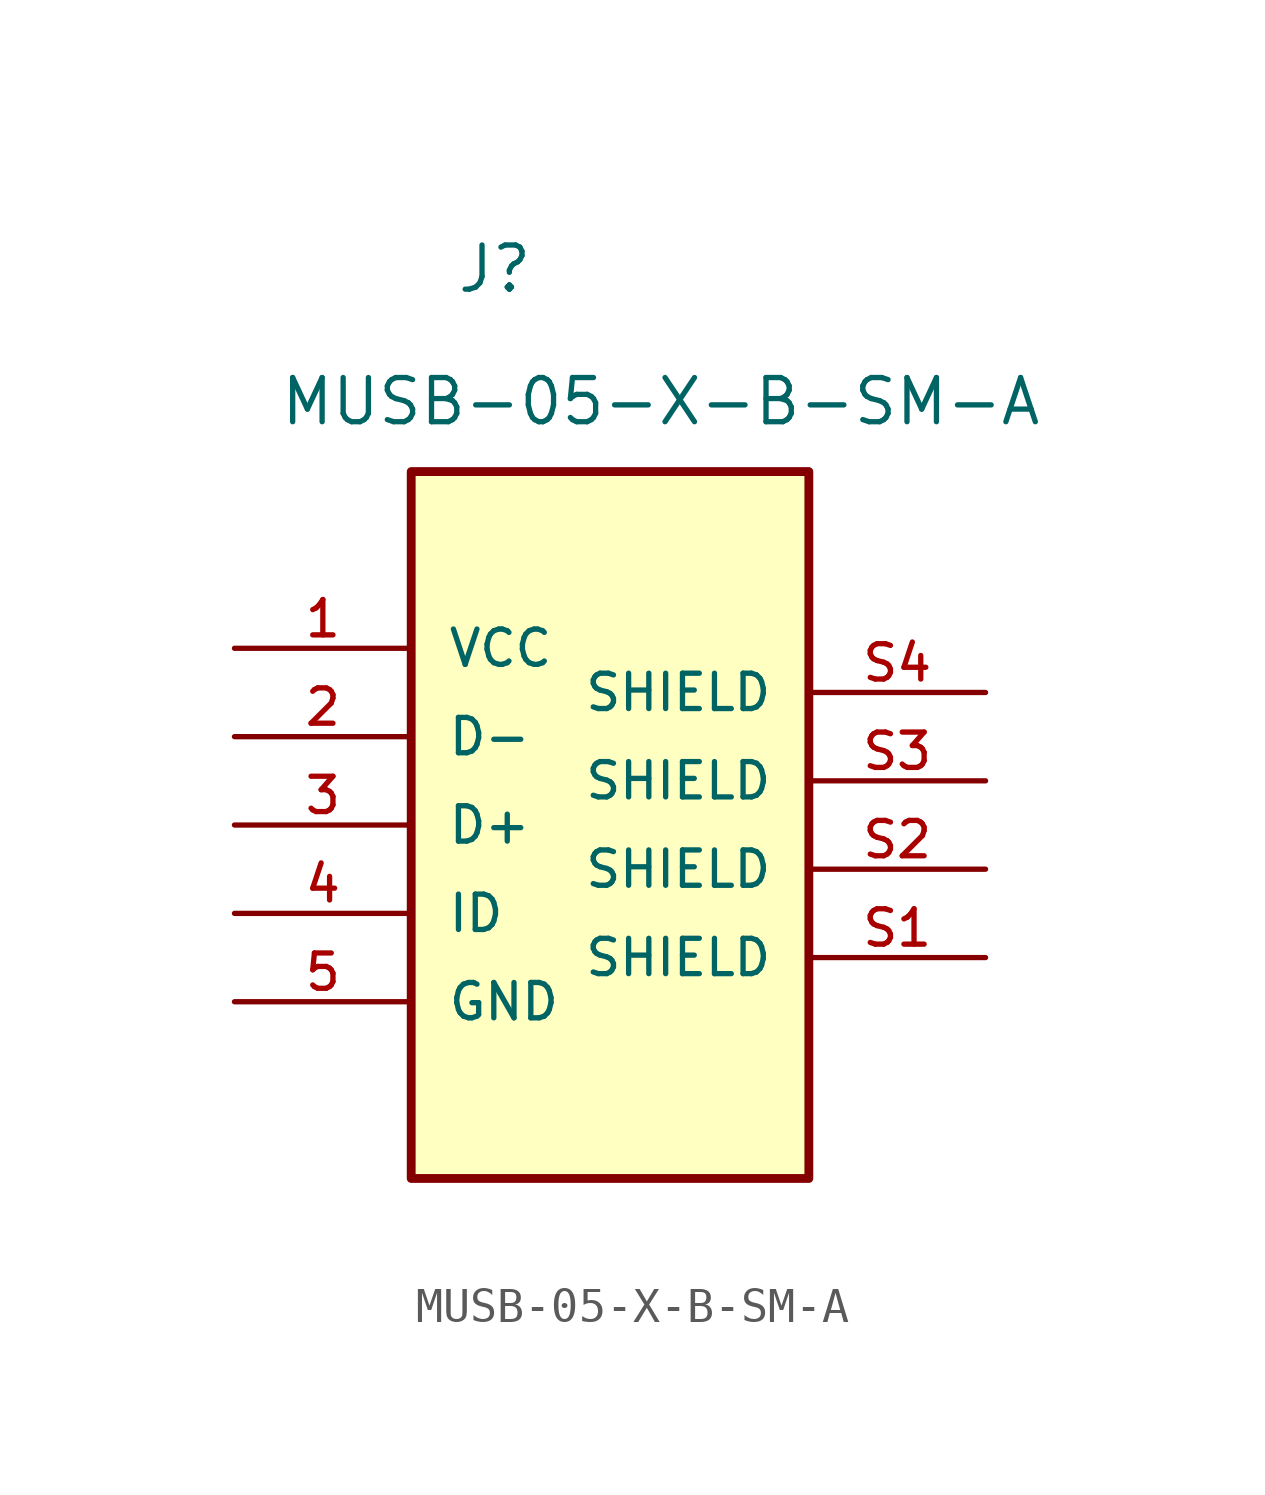
<source format=kicad_sym>
(kicad_symbol_lib
  (version 20220914)
  (generator kicad_symbol_editor)
  (symbol "MUSB-05-X-B-SM-A"
    (pin_names
      (offset 1.016))
    (property "Reference" "J"
      (at -3.81 15.24 0)
      (effects (font (size 1.27 1.27)) (justify left bottom)))
    (property "Value" "MUSB-05-X-B-SM-A"
      (at -8.89 11.43 0)
      (effects (font (size 1.27 1.27)) (justify left bottom)))
    (symbol "MUSB-05-X-B-SM-A_0_0"
      (rectangle (start -5.08 10.16) (end 6.35 -10.16) (stroke (width 0.254) (type default)) (fill (type background)))
      (pin power_in line (at -10.16 5.08 0) (length 5.08) (name "VCC" (effects (font (size 1.016 1.016)))) (number "1" (effects (font (size 1.016 1.016)))))
      (pin bidirectional line (at -10.16 2.54 0) (length 5.08) (name "D-" (effects (font (size 1.016 1.016)))) (number "2" (effects (font (size 1.016 1.016)))))
      (pin bidirectional line (at -10.16 0 0) (length 5.08) (name "D+" (effects (font (size 1.016 1.016)))) (number "3" (effects (font (size 1.016 1.016)))))
      (pin bidirectional line (at -10.16 -2.54 0) (length 5.08) (name "ID" (effects (font (size 1.016 1.016)))) (number "4" (effects (font (size 1.016 1.016)))))
      (pin power_in line (at -10.16 -5.08 0) (length 5.08) (name "GND" (effects (font (size 1.016 1.016)))) (number "5" (effects (font (size 1.016 1.016)))))
      (pin passive line (at 11.43 -3.81 180) (length 5.08) (name "SHIELD" (effects (font (size 1.016 1.016)))) (number "S1" (effects (font (size 1.016 1.016)))))
      (pin passive line (at 11.43 -1.27 180) (length 5.08) (name "SHIELD" (effects (font (size 1.016 1.016)))) (number "S2" (effects (font (size 1.016 1.016)))))
      (pin passive line (at 11.43 1.27 180) (length 5.08) (name "SHIELD" (effects (font (size 1.016 1.016)))) (number "S3" (effects (font (size 1.016 1.016)))))
      (pin passive line (at 11.43 3.81 180) (length 5.08) (name "SHIELD" (effects (font (size 1.016 1.016)))) (number "S4" (effects (font (size 1.016 1.016))))))))
</source>
